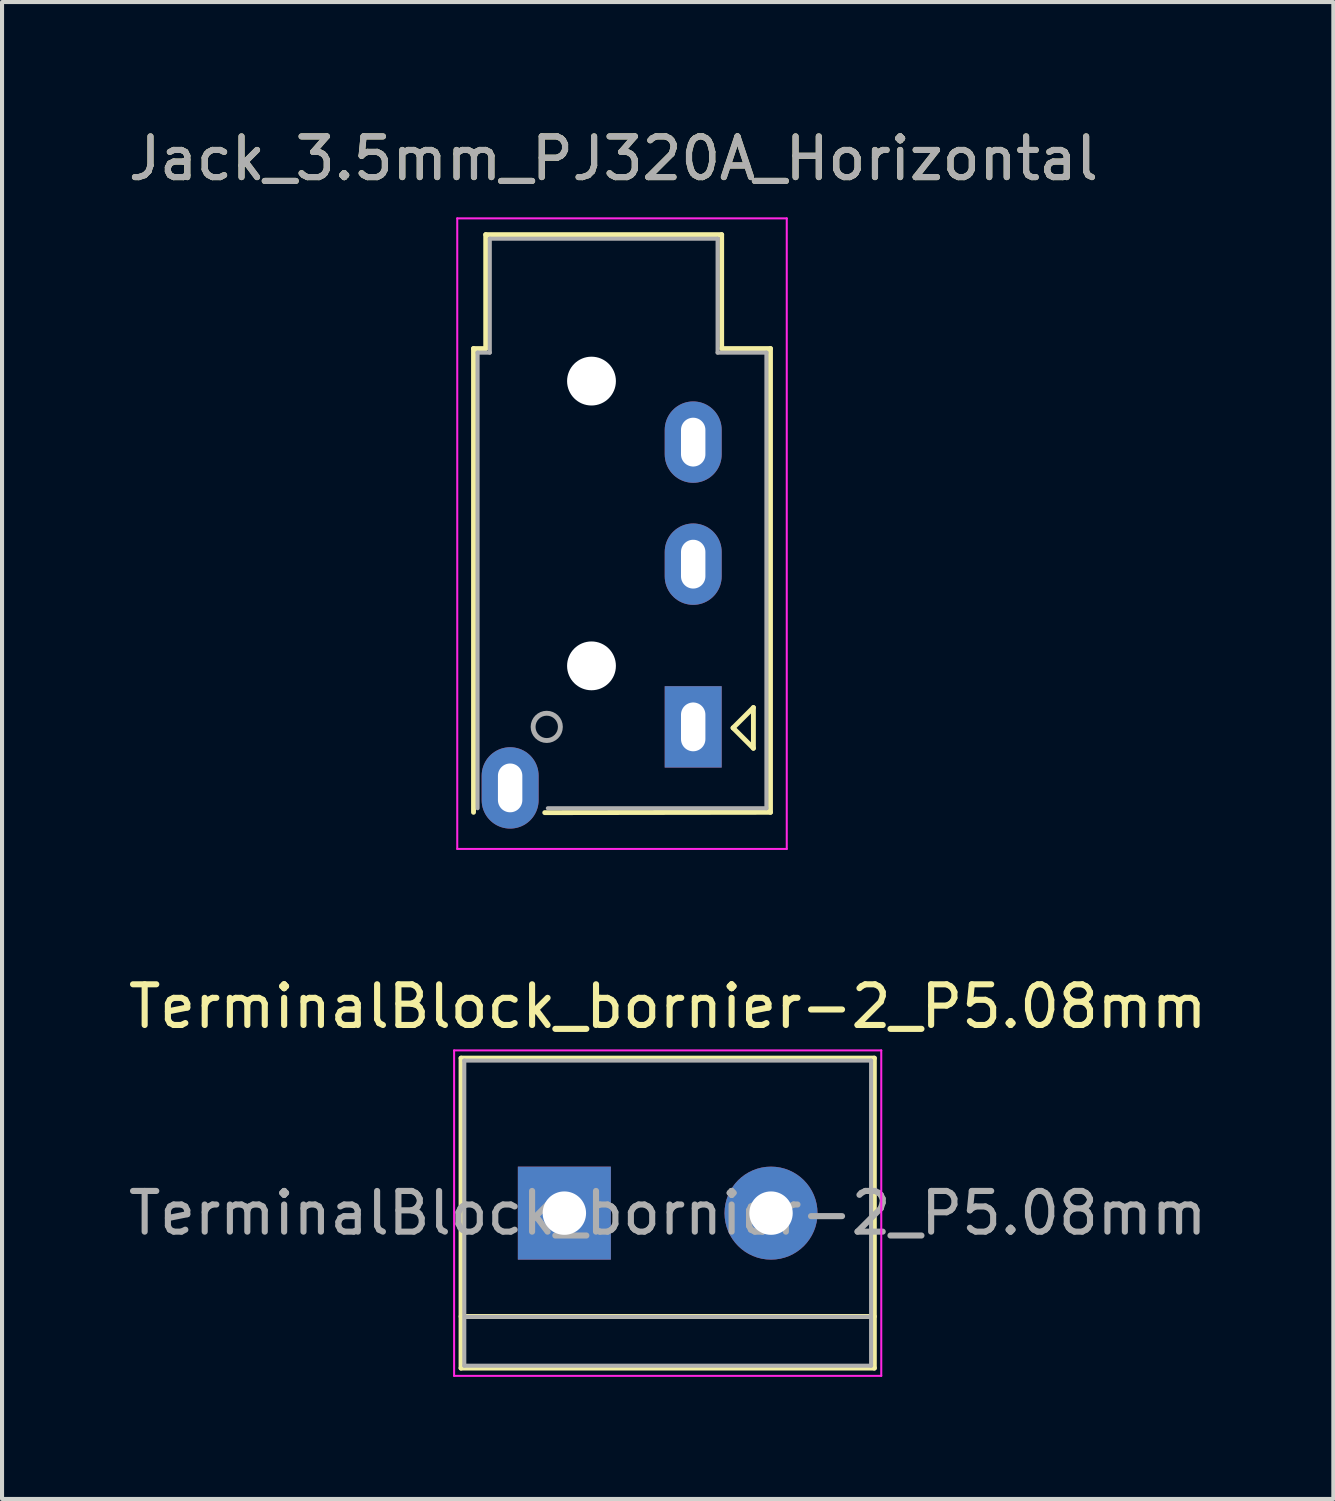
<source format=kicad_pcb>
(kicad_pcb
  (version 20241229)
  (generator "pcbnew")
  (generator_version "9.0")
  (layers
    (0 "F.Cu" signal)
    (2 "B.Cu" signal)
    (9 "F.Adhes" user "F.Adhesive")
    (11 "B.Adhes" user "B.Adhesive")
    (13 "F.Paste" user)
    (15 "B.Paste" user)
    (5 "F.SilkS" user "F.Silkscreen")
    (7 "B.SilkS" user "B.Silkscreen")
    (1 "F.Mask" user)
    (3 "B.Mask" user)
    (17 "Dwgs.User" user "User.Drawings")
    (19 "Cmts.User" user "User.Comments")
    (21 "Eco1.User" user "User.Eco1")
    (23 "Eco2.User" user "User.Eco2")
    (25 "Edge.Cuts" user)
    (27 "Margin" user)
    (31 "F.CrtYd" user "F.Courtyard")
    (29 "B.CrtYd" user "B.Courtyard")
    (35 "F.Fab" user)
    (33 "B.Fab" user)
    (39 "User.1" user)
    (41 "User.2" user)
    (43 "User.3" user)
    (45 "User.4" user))
  (footprint "TerminalBlock_bornier-2_P5.08mm"
    (layer "F.Cu")
    (at 10.823 26.771)
    (property "Reference" "TerminalBlock_bornier-2_P5.08mm" (at 2.54 -5.08 0) (layer "F.SilkS") (effects (font (size 1 1) (thickness 0.15))))
    (attr through_hole)
    (fp_line (start -2.54 -3.81) (end -2.54 3.81) (stroke (width 0.12) (type solid)) (layer "F.SilkS"))
    (fp_line (start -2.54 3.81) (end 7.62 3.81) (stroke (width 0.12) (type solid)) (layer "F.SilkS"))
    (fp_line (start 7.62 -3.81) (end -2.54 -3.81) (stroke (width 0.12) (type solid)) (layer "F.SilkS"))
    (fp_line (start 7.62 2.54) (end -2.54 2.54) (stroke (width 0.12) (type solid)) (layer "F.SilkS"))
    (fp_line (start 7.62 3.81) (end 7.62 -3.81) (stroke (width 0.12) (type solid)) (layer "F.SilkS"))
    (fp_line (start -2.71 -4) (end -2.71 4) (stroke (width 0.05) (type solid)) (layer "F.CrtYd"))
    (fp_line (start -2.71 -4) (end 7.79 -4) (stroke (width 0.05) (type solid)) (layer "F.CrtYd"))
    (fp_line (start 7.79 4) (end -2.71 4) (stroke (width 0.05) (type solid)) (layer "F.CrtYd"))
    (fp_line (start 7.79 4) (end 7.79 -4) (stroke (width 0.05) (type solid)) (layer "F.CrtYd"))
    (fp_line (start -2.46 -3.75) (end -2.46 3.75) (stroke (width 0.1) (type solid)) (layer "F.Fab"))
    (fp_line (start -2.46 3.75) (end 7.54 3.75) (stroke (width 0.1) (type solid)) (layer "F.Fab"))
    (fp_line (start -2.41 2.55) (end 7.49 2.55) (stroke (width 0.1) (type solid)) (layer "F.Fab"))
    (fp_line (start 7.54 -3.75) (end -2.46 -3.75) (stroke (width 0.1) (type solid)) (layer "F.Fab"))
    (fp_line (start 7.54 3.75) (end 7.54 -3.75) (stroke (width 0.1) (type solid)) (layer "F.Fab"))
    (fp_text user "${REFERENCE}" (at 2.54 0 0) (layer "F.Fab") (effects (font (size 1 1) (thickness 0.15))))
    (pad "1" thru_hole rect (at 0 0) (size 2.286 2.286) (drill 1.067) (layers "*.Cu" "*.Mask"))
    (pad "2" thru_hole circle (at 5.08 0) (size 2.286 2.286) (drill 1.067) (layers "*.Cu" "*.Mask")))
  (footprint "Jack_3.5mm_PJ320A_Horizontal"
    (layer "F.Cu")
    (at 9.49 14.818)
    (property "Reference" "Jack_3.5mm_PJ320A_Horizontal" (at 2.54 -13.97 0) (layer "F.SilkS") (effects (font (size 1 1) (thickness 0.15))))
    (attr through_hole)
    (fp_line (start -0.9 -9.3) (end -0.9 2.1) (stroke (width 0.12) (type solid)) (layer "F.SilkS"))
    (fp_line (start -0.9 -9.3) (end -0.6 -9.3) (stroke (width 0.12) (type solid)) (layer "F.SilkS"))
    (fp_line (start -0.6 -9.3) (end -0.6 -12.1) (stroke (width 0.12) (type solid)) (layer "F.SilkS"))
    (fp_line (start 0.851 2.108) (end 6.4 2.1) (stroke (width 0.12) (type solid)) (layer "F.SilkS"))
    (fp_line (start 5.2 -12.1) (end -0.6 -12.1) (stroke (width 0.12) (type solid)) (layer "F.SilkS"))
    (fp_line (start 5.2 -9.3) (end 5.2 -12.1) (stroke (width 0.12) (type solid)) (layer "F.SilkS"))
    (fp_line (start 5.2 -9.3) (end 6.4 -9.3) (stroke (width 0.12) (type solid)) (layer "F.SilkS"))
    (fp_line (start 5.48 0.025) (end 5.98 0.525) (stroke (width 0.12) (type solid)) (layer "F.SilkS"))
    (fp_line (start 5.98 -0.475) (end 5.48 0.025) (stroke (width 0.12) (type solid)) (layer "F.SilkS"))
    (fp_line (start 5.98 0.525) (end 5.98 -0.475) (stroke (width 0.12) (type solid)) (layer "F.SilkS"))
    (fp_line (start 6.4 -9.3) (end 6.4 2.1) (stroke (width 0.12) (type solid)) (layer "F.SilkS"))
    (fp_line (start -1.3 -12.5) (end -1.3 3) (stroke (width 0.05) (type solid)) (layer "F.CrtYd"))
    (fp_line (start -1.3 -12.5) (end 6.8 -12.5) (stroke (width 0.05) (type solid)) (layer "F.CrtYd"))
    (fp_line (start -1.3 3) (end 6.8 3) (stroke (width 0.05) (type solid)) (layer "F.CrtYd"))
    (fp_line (start 6.8 -12.5) (end 6.8 3) (stroke (width 0.05) (type solid)) (layer "F.CrtYd"))
    (fp_line (start -0.8 -9.2) (end -0.5 -9.2) (stroke (width 0.1) (type solid)) (layer "F.Fab"))
    (fp_line (start -0.8 2) (end -0.8 -9.2) (stroke (width 0.1) (type solid)) (layer "F.Fab"))
    (fp_line (start -0.5 -12) (end 5.1 -12) (stroke (width 0.1) (type solid)) (layer "F.Fab"))
    (fp_line (start -0.5 -9.2) (end -0.5 -12) (stroke (width 0.1) (type solid)) (layer "F.Fab"))
    (fp_line (start 5.1 -12) (end 5.1 -9.2) (stroke (width 0.1) (type solid)) (layer "F.Fab"))
    (fp_line (start 5.1 -9.2) (end 6.3 -9.2) (stroke (width 0.1) (type solid)) (layer "F.Fab"))
    (fp_line (start 6.3 -9.2) (end 6.3 2) (stroke (width 0.1) (type solid)) (layer "F.Fab"))
    (fp_line (start 6.3 2) (end 0.927 2) (stroke (width 0.1) (type solid)) (layer "F.Fab"))
    (fp_circle (center 0.9 0) (end 1.2 0.15) (stroke (width 0.12) (type solid)) (fill no) (layer "F.Fab"))
    (fp_text user "${REFERENCE}" (at 2.54 -13.97 0) (layer "F.Fab") (effects (font (size 1 1) (thickness 0.15))))
    (pad "" np_thru_hole circle (at 2 -8.5 270) (size 1.2 1.2) (drill 1.2) (layers "*.Cu" "*.Mask"))
    (pad "" np_thru_hole circle (at 2 -1.5 270) (size 1.2 1.2) (drill 1.2) (layers "*.Cu" "*.Mask"))
    (pad "R1" thru_hole oval (at 4.5 -4 270) (size 2 1.4) (drill oval 1.2 0.6) (layers "*.Cu" "*.Mask"))
    (pad "R2" thru_hole oval (at 4.5 -7 270) (size 2 1.4) (drill oval 1.2 0.6) (layers "*.Cu" "*.Mask"))
    (pad "S" thru_hole oval (at 0 1.5 270) (size 2 1.4) (drill oval 1.2 0.6) (layers "*.Cu" "*.Mask"))
    (pad "T" thru_hole rect (at 4.5 0 270) (size 2 1.4) (drill oval 1.2 0.6) (layers "*.Cu" "*.Mask")))
  (gr_rect
    (start -3 -3)
    (end 29.726 33.797)
    (stroke (width 0.1) (type default))
    (fill no)
    (layer "Edge.Cuts")))
</source>
